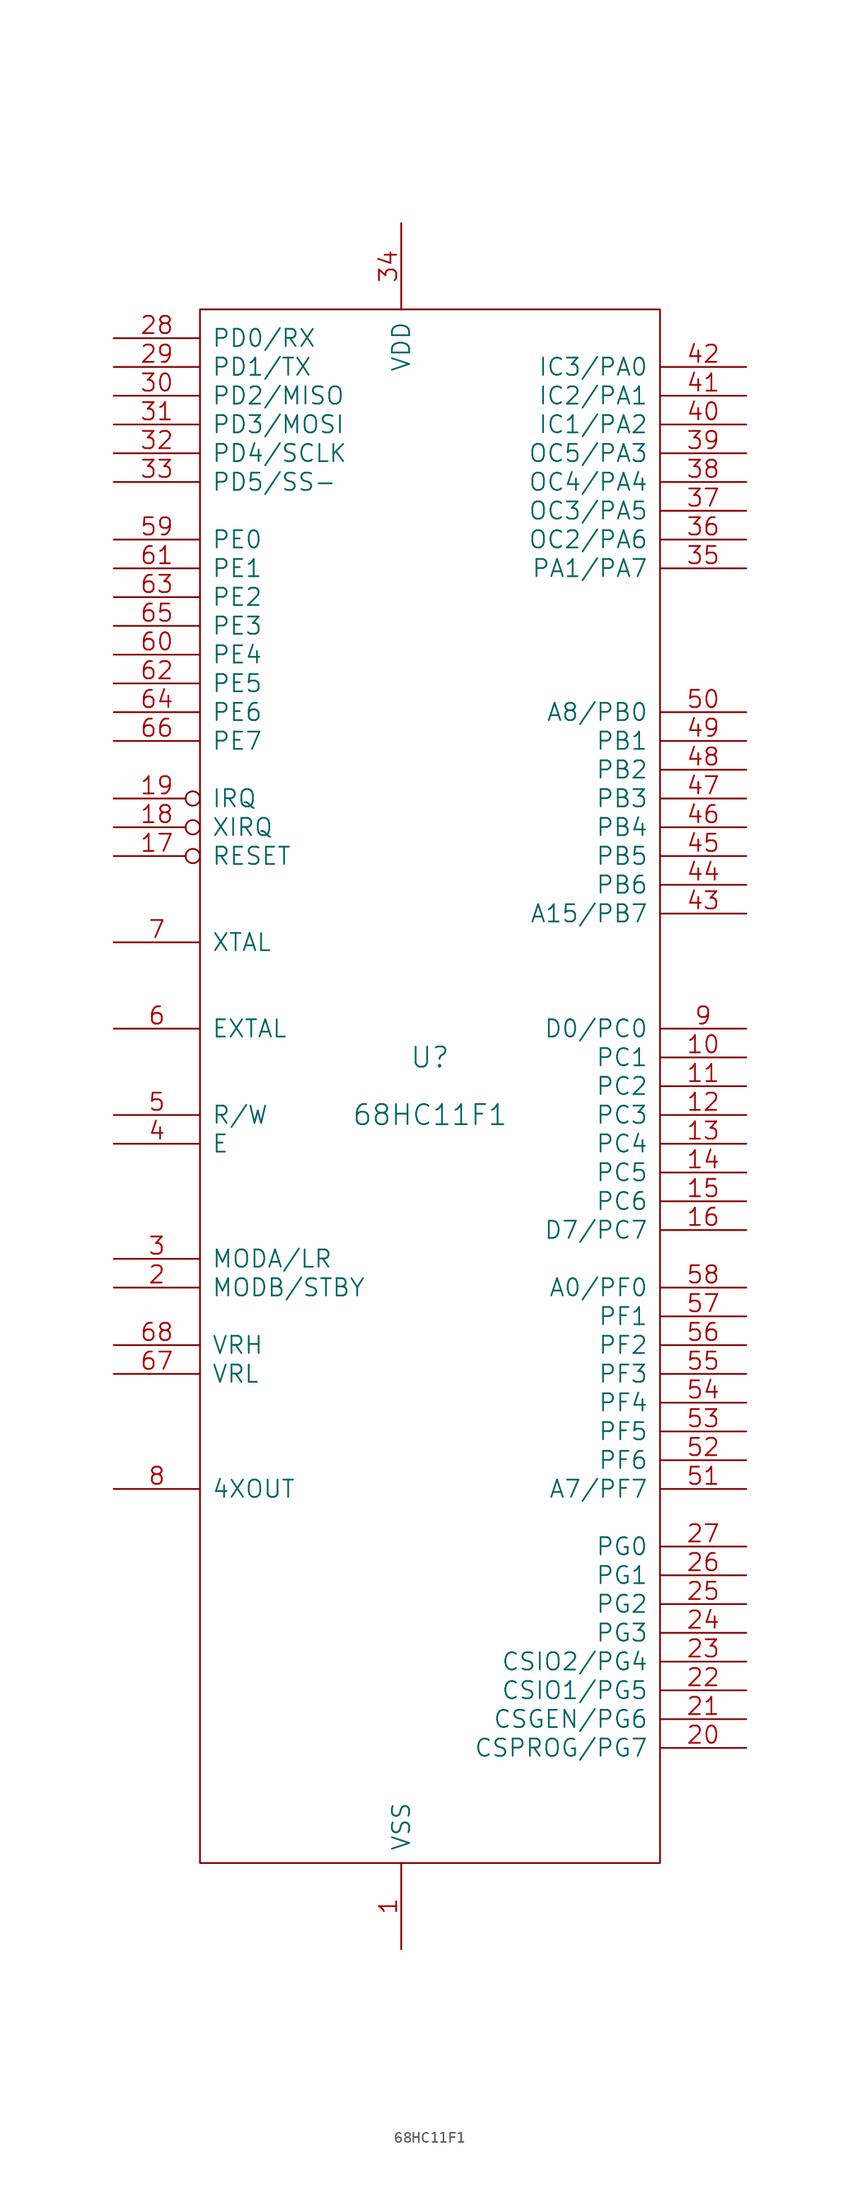
<source format=kicad_sym>
(kicad_symbol_lib
  (version 20211014)
  (generator kicad_symbol_editor)
  (symbol "68HC11F1"
    (pin_names
      (offset 1.016))
    (property "Reference" "U"
      (at 0 2.54 0)
      (effects (font (size 1.778 1.778))))
    (property "Value" "68HC11F1"
      (at 0 -2.54 0)
      (effects (font (size 1.778 1.778))))
    (property "Footprint" ""
      (at 0 0 0)
      (effects (font (size 1.524 1.524))))
    (property "Datasheet" ""
      (at 0 0 0)
      (effects (font (size 1.524 1.524))))
    (symbol "68HC11F1_0_1"
      (rectangle (start -20.32 -68.58) (end 20.32 68.58) (stroke (width 0) (type default) (color 0 0 0 0)) (fill (type none))))
    (symbol "68HC11F1_1_1"
      (pin power_in line (at -2.54 -76.2 90) (length 7.62) (name "VSS" (effects (font (size 1.524 1.524)))) (number "1" (effects (font (size 1.524 1.524)))))
      (pin bidirectional line (at 27.94 2.54 180) (length 7.62) (name "PC1" (effects (font (size 1.524 1.524)))) (number "10" (effects (font (size 1.524 1.524)))))
      (pin bidirectional line (at 27.94 0 180) (length 7.62) (name "PC2" (effects (font (size 1.524 1.524)))) (number "11" (effects (font (size 1.524 1.524)))))
      (pin input line (at 27.94 -2.54 180) (length 7.62) (name "PC3" (effects (font (size 1.524 1.524)))) (number "12" (effects (font (size 1.524 1.524)))))
      (pin bidirectional line (at 27.94 -5.08 180) (length 7.62) (name "PC4" (effects (font (size 1.524 1.524)))) (number "13" (effects (font (size 1.524 1.524)))))
      (pin bidirectional line (at 27.94 -7.62 180) (length 7.62) (name "PC5" (effects (font (size 1.524 1.524)))) (number "14" (effects (font (size 1.524 1.524)))))
      (pin bidirectional line (at 27.94 -10.16 180) (length 7.62) (name "PC6" (effects (font (size 1.524 1.524)))) (number "15" (effects (font (size 1.524 1.524)))))
      (pin bidirectional line (at 27.94 -12.7 180) (length 7.62) (name "D7/PC7" (effects (font (size 1.524 1.524)))) (number "16" (effects (font (size 1.524 1.524)))))
      (pin input inverted (at -27.94 20.32 0) (length 7.62) (name "RESET" (effects (font (size 1.524 1.524)))) (number "17" (effects (font (size 1.524 1.524)))))
      (pin input inverted (at -27.94 22.86 0) (length 7.62) (name "XIRQ" (effects (font (size 1.524 1.524)))) (number "18" (effects (font (size 1.524 1.524)))))
      (pin input inverted (at -27.94 25.4 0) (length 7.62) (name "IRQ" (effects (font (size 1.524 1.524)))) (number "19" (effects (font (size 1.524 1.524)))))
      (pin input line (at -27.94 -17.78 0) (length 7.62) (name "MODB/STBY" (effects (font (size 1.524 1.524)))) (number "2" (effects (font (size 1.524 1.524)))))
      (pin bidirectional line (at 27.94 -58.42 180) (length 7.62) (name "CSPROG/PG7" (effects (font (size 1.524 1.524)))) (number "20" (effects (font (size 1.524 1.524)))))
      (pin bidirectional line (at 27.94 -55.88 180) (length 7.62) (name "CSGEN/PG6" (effects (font (size 1.524 1.524)))) (number "21" (effects (font (size 1.524 1.524)))))
      (pin bidirectional line (at 27.94 -53.34 180) (length 7.62) (name "CSIO1/PG5" (effects (font (size 1.524 1.524)))) (number "22" (effects (font (size 1.524 1.524)))))
      (pin bidirectional line (at 27.94 -50.8 180) (length 7.62) (name "CSIO2/PG4" (effects (font (size 1.524 1.524)))) (number "23" (effects (font (size 1.524 1.524)))))
      (pin input line (at 27.94 -48.26 180) (length 7.62) (name "PG3" (effects (font (size 1.524 1.524)))) (number "24" (effects (font (size 1.524 1.524)))))
      (pin bidirectional line (at 27.94 -45.72 180) (length 7.62) (name "PG2" (effects (font (size 1.524 1.524)))) (number "25" (effects (font (size 1.524 1.524)))))
      (pin bidirectional line (at 27.94 -43.18 180) (length 7.62) (name "PG1" (effects (font (size 1.524 1.524)))) (number "26" (effects (font (size 1.524 1.524)))))
      (pin bidirectional line (at 27.94 -40.64 180) (length 7.62) (name "PG0" (effects (font (size 1.524 1.524)))) (number "27" (effects (font (size 1.524 1.524)))))
      (pin bidirectional line (at -27.94 66.04 0) (length 7.62) (name "PD0/RX" (effects (font (size 1.524 1.524)))) (number "28" (effects (font (size 1.524 1.524)))))
      (pin bidirectional line (at -27.94 63.5 0) (length 7.62) (name "PD1/TX" (effects (font (size 1.524 1.524)))) (number "29" (effects (font (size 1.524 1.524)))))
      (pin input line (at -27.94 -15.24 0) (length 7.62) (name "MODA/LR" (effects (font (size 1.524 1.524)))) (number "3" (effects (font (size 1.524 1.524)))))
      (pin bidirectional line (at -27.94 60.96 0) (length 7.62) (name "PD2/MISO" (effects (font (size 1.524 1.524)))) (number "30" (effects (font (size 1.524 1.524)))))
      (pin bidirectional line (at -27.94 58.42 0) (length 7.62) (name "PD3/MOSI" (effects (font (size 1.524 1.524)))) (number "31" (effects (font (size 1.524 1.524)))))
      (pin bidirectional line (at -27.94 55.88 0) (length 7.62) (name "PD4/SCLK" (effects (font (size 1.524 1.524)))) (number "32" (effects (font (size 1.524 1.524)))))
      (pin bidirectional line (at -27.94 53.34 0) (length 7.62) (name "PD5/SS-" (effects (font (size 1.524 1.524)))) (number "33" (effects (font (size 1.524 1.524)))))
      (pin power_in line (at -2.54 76.2 270) (length 7.62) (name "VDD" (effects (font (size 1.524 1.524)))) (number "34" (effects (font (size 1.524 1.524)))))
      (pin bidirectional line (at 27.94 45.72 180) (length 7.62) (name "PA1/PA7" (effects (font (size 1.524 1.524)))) (number "35" (effects (font (size 1.524 1.524)))))
      (pin bidirectional line (at 27.94 48.26 180) (length 7.62) (name "OC2/PA6" (effects (font (size 1.524 1.524)))) (number "36" (effects (font (size 1.524 1.524)))))
      (pin bidirectional line (at 27.94 50.8 180) (length 7.62) (name "OC3/PA5" (effects (font (size 1.524 1.524)))) (number "37" (effects (font (size 1.524 1.524)))))
      (pin output line (at 27.94 53.34 180) (length 7.62) (name "OC4/PA4" (effects (font (size 1.524 1.524)))) (number "38" (effects (font (size 1.524 1.524)))))
      (pin bidirectional line (at 27.94 55.88 180) (length 7.62) (name "OC5/PA3" (effects (font (size 1.524 1.524)))) (number "39" (effects (font (size 1.524 1.524)))))
      (pin output line (at -27.94 -5.08 0) (length 7.62) (name "E" (effects (font (size 1.524 1.524)))) (number "4" (effects (font (size 1.524 1.524)))))
      (pin bidirectional line (at 27.94 58.42 180) (length 7.62) (name "IC1/PA2" (effects (font (size 1.524 1.524)))) (number "40" (effects (font (size 1.524 1.524)))))
      (pin bidirectional line (at 27.94 60.96 180) (length 7.62) (name "IC2/PA1" (effects (font (size 1.524 1.524)))) (number "41" (effects (font (size 1.524 1.524)))))
      (pin bidirectional line (at 27.94 63.5 180) (length 7.62) (name "IC3/PA0" (effects (font (size 1.524 1.524)))) (number "42" (effects (font (size 1.524 1.524)))))
      (pin output line (at 27.94 15.24 180) (length 7.62) (name "A15/PB7" (effects (font (size 1.524 1.524)))) (number "43" (effects (font (size 1.524 1.524)))))
      (pin output line (at 27.94 17.78 180) (length 7.62) (name "PB6" (effects (font (size 1.524 1.524)))) (number "44" (effects (font (size 1.524 1.524)))))
      (pin output line (at 27.94 20.32 180) (length 7.62) (name "PB5" (effects (font (size 1.524 1.524)))) (number "45" (effects (font (size 1.524 1.524)))))
      (pin output line (at 27.94 22.86 180) (length 7.62) (name "PB4" (effects (font (size 1.524 1.524)))) (number "46" (effects (font (size 1.524 1.524)))))
      (pin output line (at 27.94 25.4 180) (length 7.62) (name "PB3" (effects (font (size 1.524 1.524)))) (number "47" (effects (font (size 1.524 1.524)))))
      (pin output line (at 27.94 27.94 180) (length 7.62) (name "PB2" (effects (font (size 1.524 1.524)))) (number "48" (effects (font (size 1.524 1.524)))))
      (pin tri_state line (at 27.94 30.48 180) (length 7.62) (name "PB1" (effects (font (size 1.524 1.524)))) (number "49" (effects (font (size 1.524 1.524)))))
      (pin output line (at -27.94 -2.54 0) (length 7.62) (name "R/W" (effects (font (size 1.524 1.524)))) (number "5" (effects (font (size 1.524 1.524)))))
      (pin tri_state line (at 27.94 33.02 180) (length 7.62) (name "A8/PB0" (effects (font (size 1.524 1.524)))) (number "50" (effects (font (size 1.524 1.524)))))
      (pin bidirectional line (at 27.94 -35.56 180) (length 7.62) (name "A7/PF7" (effects (font (size 1.524 1.524)))) (number "51" (effects (font (size 1.524 1.524)))))
      (pin bidirectional line (at 27.94 -33.02 180) (length 7.62) (name "PF6" (effects (font (size 1.524 1.524)))) (number "52" (effects (font (size 1.524 1.524)))))
      (pin bidirectional line (at 27.94 -30.48 180) (length 7.62) (name "PF5" (effects (font (size 1.524 1.524)))) (number "53" (effects (font (size 1.524 1.524)))))
      (pin bidirectional line (at 27.94 -27.94 180) (length 7.62) (name "PF4" (effects (font (size 1.524 1.524)))) (number "54" (effects (font (size 1.524 1.524)))))
      (pin bidirectional line (at 27.94 -25.4 180) (length 7.62) (name "PF3" (effects (font (size 1.524 1.524)))) (number "55" (effects (font (size 1.524 1.524)))))
      (pin bidirectional line (at 27.94 -22.86 180) (length 7.62) (name "PF2" (effects (font (size 1.524 1.524)))) (number "56" (effects (font (size 1.524 1.524)))))
      (pin bidirectional line (at 27.94 -20.32 180) (length 7.62) (name "PF1" (effects (font (size 1.524 1.524)))) (number "57" (effects (font (size 1.524 1.524)))))
      (pin bidirectional line (at 27.94 -17.78 180) (length 7.62) (name "A0/PF0" (effects (font (size 1.524 1.524)))) (number "58" (effects (font (size 1.524 1.524)))))
      (pin input line (at -27.94 48.26 0) (length 7.62) (name "PE0" (effects (font (size 1.524 1.524)))) (number "59" (effects (font (size 1.524 1.524)))))
      (pin input line (at -27.94 5.08 0) (length 7.62) (name "EXTAL" (effects (font (size 1.524 1.524)))) (number "6" (effects (font (size 1.524 1.524)))))
      (pin input line (at -27.94 38.1 0) (length 7.62) (name "PE4" (effects (font (size 1.524 1.524)))) (number "60" (effects (font (size 1.524 1.524)))))
      (pin input line (at -27.94 45.72 0) (length 7.62) (name "PE1" (effects (font (size 1.524 1.524)))) (number "61" (effects (font (size 1.524 1.524)))))
      (pin input line (at -27.94 35.56 0) (length 7.62) (name "PE5" (effects (font (size 1.524 1.524)))) (number "62" (effects (font (size 1.524 1.524)))))
      (pin input line (at -27.94 43.18 0) (length 7.62) (name "PE2" (effects (font (size 1.524 1.524)))) (number "63" (effects (font (size 1.524 1.524)))))
      (pin input line (at -27.94 33.02 0) (length 7.62) (name "PE6" (effects (font (size 1.524 1.524)))) (number "64" (effects (font (size 1.524 1.524)))))
      (pin input line (at -27.94 40.64 0) (length 7.62) (name "PE3" (effects (font (size 1.524 1.524)))) (number "65" (effects (font (size 1.524 1.524)))))
      (pin input line (at -27.94 30.48 0) (length 7.62) (name "PE7" (effects (font (size 1.524 1.524)))) (number "66" (effects (font (size 1.524 1.524)))))
      (pin passive line (at -27.94 -25.4 0) (length 7.62) (name "VRL" (effects (font (size 1.524 1.524)))) (number "67" (effects (font (size 1.524 1.524)))))
      (pin passive line (at -27.94 -22.86 0) (length 7.62) (name "VRH" (effects (font (size 1.524 1.524)))) (number "68" (effects (font (size 1.524 1.524)))))
      (pin output line (at -27.94 12.7 0) (length 7.62) (name "XTAL" (effects (font (size 1.524 1.524)))) (number "7" (effects (font (size 1.524 1.524)))))
      (pin output line (at -27.94 -35.56 0) (length 7.62) (name "4XOUT" (effects (font (size 1.524 1.524)))) (number "8" (effects (font (size 1.524 1.524)))))
      (pin bidirectional line (at 27.94 5.08 180) (length 7.62) (name "D0/PC0" (effects (font (size 1.524 1.524)))) (number "9" (effects (font (size 1.524 1.524))))))))
</source>
